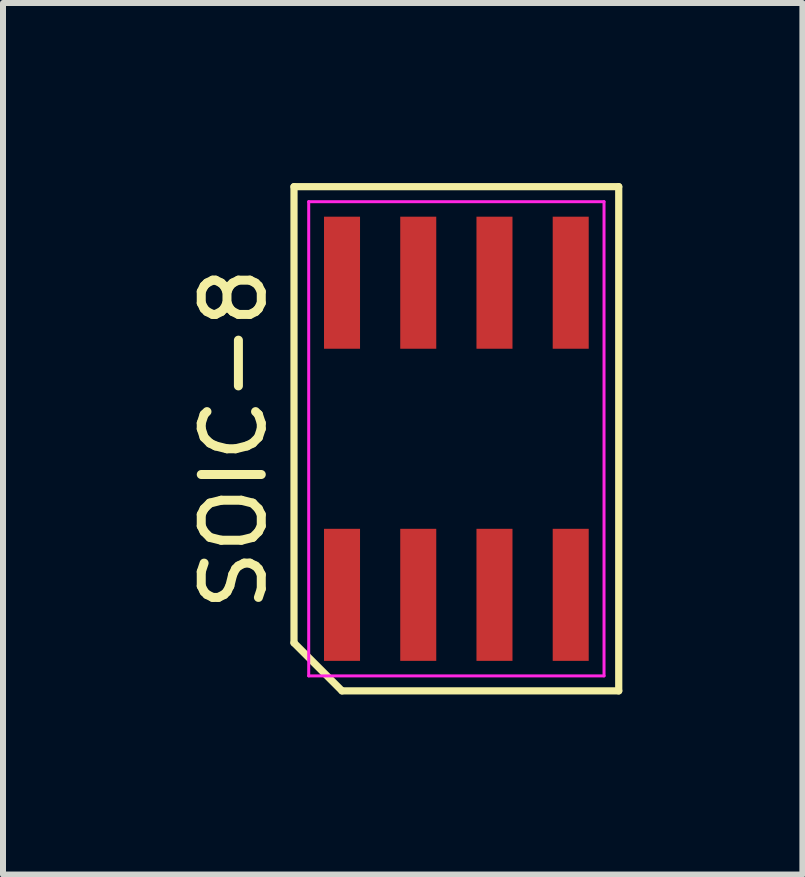
<source format=kicad_pcb>
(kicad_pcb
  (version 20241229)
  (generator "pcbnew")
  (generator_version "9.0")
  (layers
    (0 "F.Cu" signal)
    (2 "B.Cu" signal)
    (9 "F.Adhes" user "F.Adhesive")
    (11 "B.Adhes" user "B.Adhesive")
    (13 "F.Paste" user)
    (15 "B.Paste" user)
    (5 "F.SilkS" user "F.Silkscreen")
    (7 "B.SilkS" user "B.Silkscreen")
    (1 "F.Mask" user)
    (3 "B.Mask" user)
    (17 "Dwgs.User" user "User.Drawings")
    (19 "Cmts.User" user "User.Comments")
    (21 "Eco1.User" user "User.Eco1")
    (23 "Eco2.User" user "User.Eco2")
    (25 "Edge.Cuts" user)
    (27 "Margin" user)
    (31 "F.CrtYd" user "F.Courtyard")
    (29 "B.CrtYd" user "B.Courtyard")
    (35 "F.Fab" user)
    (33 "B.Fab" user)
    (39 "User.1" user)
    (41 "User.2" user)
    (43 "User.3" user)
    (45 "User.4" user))
  (footprint "SOIC-8"
    (layer "F.Cu")
    (at 4.553 4.26)
    (property "Reference" "SOIC-8" (at -3.705 0 90) (layer "F.SilkS") (effects (font (size 1 1) (thickness 0.15))))
    (attr through_hole)
    (fp_line (start -2.705 -4.2) (end 2.705 -4.2) (stroke (width 0.12) (type solid)) (layer "F.SilkS"))
    (fp_line (start -2.705 3.4) (end -2.705 -4.2) (stroke (width 0.12) (type solid)) (layer "F.SilkS"))
    (fp_line (start -1.905 4.2) (end -2.705 3.4) (stroke (width 0.12) (type solid)) (layer "F.SilkS"))
    (fp_line (start 2.705 -4.2) (end 2.705 4.2) (stroke (width 0.12) (type solid)) (layer "F.SilkS"))
    (fp_line (start 2.705 4.2) (end -1.905 4.2) (stroke (width 0.12) (type solid)) (layer "F.SilkS"))
    (fp_line (start -2.46 -3.95) (end 2.46 -3.95) (stroke (width 0.05) (type solid)) (layer "F.CrtYd"))
    (fp_line (start -2.46 3.95) (end -2.46 -3.95) (stroke (width 0.05) (type solid)) (layer "F.CrtYd"))
    (fp_line (start 2.46 -3.95) (end 2.46 3.95) (stroke (width 0.05) (type solid)) (layer "F.CrtYd"))
    (fp_line (start 2.46 3.95) (end -2.46 3.95) (stroke (width 0.05) (type solid)) (layer "F.CrtYd"))
    (pad "1" smd rect (at -1.905 2.6) (size 0.6 2.2) (layers "F.Cu" "F.Mask" "F.Paste"))
    (pad "2" smd rect (at -0.635 2.6) (size 0.6 2.2) (layers "F.Cu" "F.Mask" "F.Paste"))
    (pad "3" smd rect (at 0.635 2.6) (size 0.6 2.2) (layers "F.Cu" "F.Mask" "F.Paste"))
    (pad "4" smd rect (at 1.905 2.6) (size 0.6 2.2) (layers "F.Cu" "F.Mask" "F.Paste"))
    (pad "5" smd rect (at 1.905 -2.6) (size 0.6 2.2) (layers "F.Cu" "F.Mask" "F.Paste"))
    (pad "6" smd rect (at 0.635 -2.6) (size 0.6 2.2) (layers "F.Cu" "F.Mask" "F.Paste"))
    (pad "7" smd rect (at -0.635 -2.6) (size 0.6 2.2) (layers "F.Cu" "F.Mask" "F.Paste"))
    (pad "8" smd rect (at -1.905 -2.6) (size 0.6 2.2) (layers "F.Cu" "F.Mask" "F.Paste")))
  (gr_rect
    (start -3 -3)
    (end 10.318 11.52)
    (stroke (width 0.1) (type default))
    (fill no)
    (layer "Edge.Cuts")))
</source>
